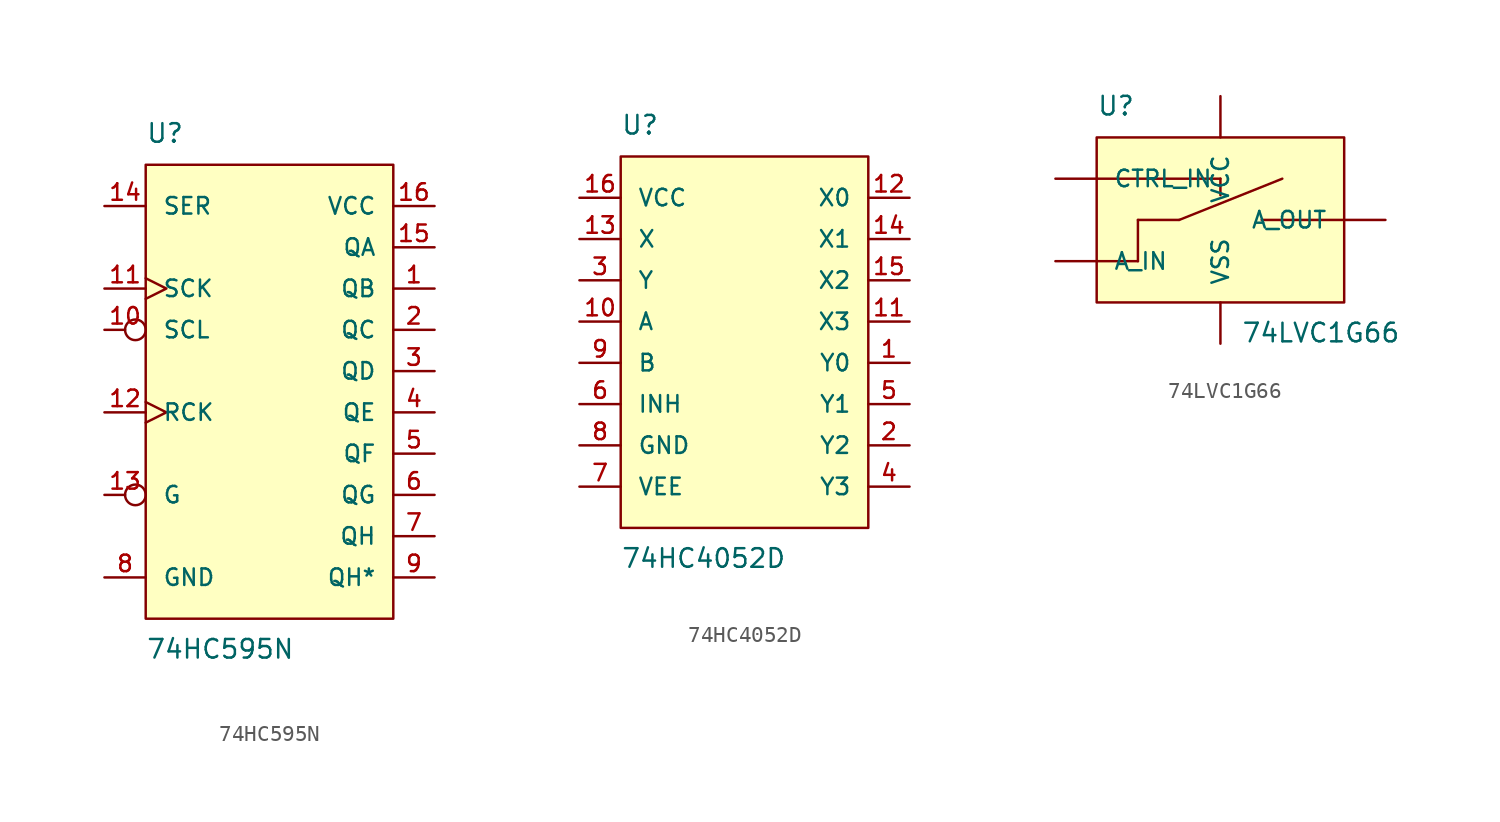
<source format=kicad_sym>
(kicad_symbol_lib
  (version 20220914)
  (generator kicad_symbol_editor)
  (symbol "74HC595N"
    (pin_names
      (offset 1.016))
    (property "Reference" "U"
      (at -7.62 15.24 0)
      (effects (font (size 1.143 1.143)) (justify left bottom)))
    (property "Value" "74HC595N"
      (at -7.62 -16.51 0)
      (effects (font (size 1.143 1.143)) (justify left bottom)))
    (property "ki_locked" ""
      (at 0 0 0)
      (effects (font (size 1.27 1.27))))
    (symbol "74HC595N_1_1"
      (polyline (pts (xy -7.62 -13.97) (xy 7.62 -13.97) (xy 7.62 13.97) (xy -7.62 13.97) (xy -7.62 -13.97)) (stroke (width 0) (type solid)) (fill (type background)))
      (pin tri_state line (at 10.16 6.35 180) (length 2.54) (name "QB" (effects (font (size 1.016 1.016)))) (number "1" (effects (font (size 1.016 1.016)))))
      (pin input inverted (at -10.16 3.81 0) (length 2.54) (name "SCL" (effects (font (size 1.016 1.016)))) (number "10" (effects (font (size 1.016 1.016)))))
      (pin input clock (at -10.16 6.35 0) (length 2.54) (name "SCK" (effects (font (size 1.016 1.016)))) (number "11" (effects (font (size 1.016 1.016)))))
      (pin input clock (at -10.16 -1.27 0) (length 2.54) (name "RCK" (effects (font (size 1.016 1.016)))) (number "12" (effects (font (size 1.016 1.016)))))
      (pin input inverted (at -10.16 -6.35 0) (length 2.54) (name "G" (effects (font (size 1.016 1.016)))) (number "13" (effects (font (size 1.016 1.016)))))
      (pin input line (at -10.16 11.43 0) (length 2.54) (name "SER" (effects (font (size 1.016 1.016)))) (number "14" (effects (font (size 1.016 1.016)))))
      (pin tri_state line (at 10.16 8.89 180) (length 2.54) (name "QA" (effects (font (size 1.016 1.016)))) (number "15" (effects (font (size 1.016 1.016)))))
      (pin power_in line (at 10.16 11.43 180) (length 2.54) (name "VCC" (effects (font (size 1.016 1.016)))) (number "16" (effects (font (size 1.016 1.016)))))
      (pin tri_state line (at 10.16 3.81 180) (length 2.54) (name "QC" (effects (font (size 1.016 1.016)))) (number "2" (effects (font (size 1.016 1.016)))))
      (pin tri_state line (at 10.16 1.27 180) (length 2.54) (name "QD" (effects (font (size 1.016 1.016)))) (number "3" (effects (font (size 1.016 1.016)))))
      (pin tri_state line (at 10.16 -1.27 180) (length 2.54) (name "QE" (effects (font (size 1.016 1.016)))) (number "4" (effects (font (size 1.016 1.016)))))
      (pin tri_state line (at 10.16 -3.81 180) (length 2.54) (name "QF" (effects (font (size 1.016 1.016)))) (number "5" (effects (font (size 1.016 1.016)))))
      (pin tri_state line (at 10.16 -6.35 180) (length 2.54) (name "QG" (effects (font (size 1.016 1.016)))) (number "6" (effects (font (size 1.016 1.016)))))
      (pin tri_state line (at 10.16 -8.89 180) (length 2.54) (name "QH" (effects (font (size 1.016 1.016)))) (number "7" (effects (font (size 1.016 1.016)))))
      (pin power_in line (at -10.16 -11.43 0) (length 2.54) (name "GND" (effects (font (size 1.016 1.016)))) (number "8" (effects (font (size 1.016 1.016)))))
      (pin tri_state line (at 10.16 -11.43 180) (length 2.54) (name "QH*" (effects (font (size 1.016 1.016)))) (number "9" (effects (font (size 1.016 1.016)))))))
  (symbol "74HC4052D"
    (pin_names
      (offset 1.016))
    (property "Reference" "U"
      (at -7.62 12.7 0)
      (effects (font (size 1.143 1.143)) (justify left bottom)))
    (property "Value" "74HC4052D"
      (at -7.62 -13.97 0)
      (effects (font (size 1.143 1.143)) (justify left bottom)))
    (property "ki_locked" ""
      (at 0 0 0)
      (effects (font (size 1.27 1.27))))
    (symbol "74HC4052D_1_1"
      (polyline (pts (xy -7.62 -11.43) (xy 7.62 -11.43) (xy 7.62 11.43) (xy -7.62 11.43) (xy -7.62 -11.43)) (stroke (width 0) (type solid)) (fill (type background)))
      (pin bidirectional line (at 10.16 -1.27 180) (length 2.54) (name "Y0" (effects (font (size 1.016 1.016)))) (number "1" (effects (font (size 1.016 1.016)))))
      (pin input line (at -10.16 1.27 0) (length 2.54) (name "A" (effects (font (size 1.016 1.016)))) (number "10" (effects (font (size 1.016 1.016)))))
      (pin bidirectional line (at 10.16 1.27 180) (length 2.54) (name "X3" (effects (font (size 1.016 1.016)))) (number "11" (effects (font (size 1.016 1.016)))))
      (pin bidirectional line (at 10.16 8.89 180) (length 2.54) (name "X0" (effects (font (size 1.016 1.016)))) (number "12" (effects (font (size 1.016 1.016)))))
      (pin bidirectional line (at -10.16 6.35 0) (length 2.54) (name "X" (effects (font (size 1.016 1.016)))) (number "13" (effects (font (size 1.016 1.016)))))
      (pin bidirectional line (at 10.16 6.35 180) (length 2.54) (name "X1" (effects (font (size 1.016 1.016)))) (number "14" (effects (font (size 1.016 1.016)))))
      (pin bidirectional line (at 10.16 3.81 180) (length 2.54) (name "X2" (effects (font (size 1.016 1.016)))) (number "15" (effects (font (size 1.016 1.016)))))
      (pin power_in line (at -10.16 8.89 0) (length 2.54) (name "VCC" (effects (font (size 1.016 1.016)))) (number "16" (effects (font (size 1.016 1.016)))))
      (pin bidirectional line (at 10.16 -6.35 180) (length 2.54) (name "Y2" (effects (font (size 1.016 1.016)))) (number "2" (effects (font (size 1.016 1.016)))))
      (pin bidirectional line (at -10.16 3.81 0) (length 2.54) (name "Y" (effects (font (size 1.016 1.016)))) (number "3" (effects (font (size 1.016 1.016)))))
      (pin bidirectional line (at 10.16 -8.89 180) (length 2.54) (name "Y3" (effects (font (size 1.016 1.016)))) (number "4" (effects (font (size 1.016 1.016)))))
      (pin bidirectional line (at 10.16 -3.81 180) (length 2.54) (name "Y1" (effects (font (size 1.016 1.016)))) (number "5" (effects (font (size 1.016 1.016)))))
      (pin input line (at -10.16 -3.81 0) (length 2.54) (name "INH" (effects (font (size 1.016 1.016)))) (number "6" (effects (font (size 1.016 1.016)))))
      (pin power_in line (at -10.16 -8.89 0) (length 2.54) (name "VEE" (effects (font (size 1.016 1.016)))) (number "7" (effects (font (size 1.016 1.016)))))
      (pin power_in line (at -10.16 -6.35 0) (length 2.54) (name "GND" (effects (font (size 1.016 1.016)))) (number "8" (effects (font (size 1.016 1.016)))))
      (pin input line (at -10.16 -1.27 0) (length 2.54) (name "B" (effects (font (size 1.016 1.016)))) (number "9" (effects (font (size 1.016 1.016)))))))
  (symbol "74LVC1G66"
    (pin_numbers hide)
    (pin_names
      (offset 1.016))
    (property "Reference" "U"
      (at -7.62 6.35 0)
      (effects (font (size 1.143 1.143)) (justify left bottom)))
    (property "Value" "74LVC1G66"
      (at 1.27 -7.62 0)
      (effects (font (size 1.143 1.143)) (justify left bottom)))
    (property "ki_locked" ""
      (at 0 0 0)
      (effects (font (size 1.27 1.27))))
    (symbol "74LVC1G66_1_0"
      (polyline (pts (xy -7.62 -2.54) (xy -5.08 -2.54)) (stroke (width 0) (type solid)) (fill (type none)))
      (polyline (pts (xy -7.62 2.54) (xy 0 2.54)) (stroke (width 0) (type solid)) (fill (type none)))
      (polyline (pts (xy -5.08 -2.54) (xy -5.08 0)) (stroke (width 0) (type solid)) (fill (type none)))
      (polyline (pts (xy -5.08 0) (xy -2.54 0)) (stroke (width 0) (type solid)) (fill (type none)))
      (polyline (pts (xy -2.54 0) (xy 3.81 2.54)) (stroke (width 0) (type solid)) (fill (type none)))
      (polyline (pts (xy 0 2.54) (xy 0 1.524)) (stroke (width 0) (type solid)) (fill (type none)))
      (polyline (pts (xy 7.62 0) (xy 2.54 0)) (stroke (width 0) (type solid)) (fill (type none))))
    (symbol "74LVC1G66_1_1"
      (polyline (pts (xy -7.62 -5.08) (xy -7.62 -2.54) (xy -7.62 2.54) (xy -7.62 5.08) (xy 7.62 5.08) (xy 7.62 0) (xy 7.62 -5.08) (xy -7.62 -5.08)) (stroke (width 0) (type solid)) (fill (type background)))
      (pin bidirectional line (at -10.16 -2.54 0) (length 2.54) (name "A_IN" (effects (font (size 1.016 1.016)))) (number "1" (effects (font (size 1.016 1.016)))))
      (pin bidirectional line (at 10.16 0 180) (length 2.54) (name "A_OUT" (effects (font (size 1.016 1.016)))) (number "2" (effects (font (size 1.016 1.016)))))
      (pin bidirectional line (at 0 -7.62 90) (length 2.54) (name "VSS" (effects (font (size 1.016 1.016)))) (number "3" (effects (font (size 1.016 1.016)))))
      (pin bidirectional line (at -10.16 2.54 0) (length 2.54) (name "CTRL_IN" (effects (font (size 1.016 1.016)))) (number "4" (effects (font (size 1.016 1.016)))))
      (pin bidirectional line (at 0 7.62 270) (length 2.54) (name "VCC" (effects (font (size 1.016 1.016)))) (number "5" (effects (font (size 1.016 1.016))))))))
</source>
